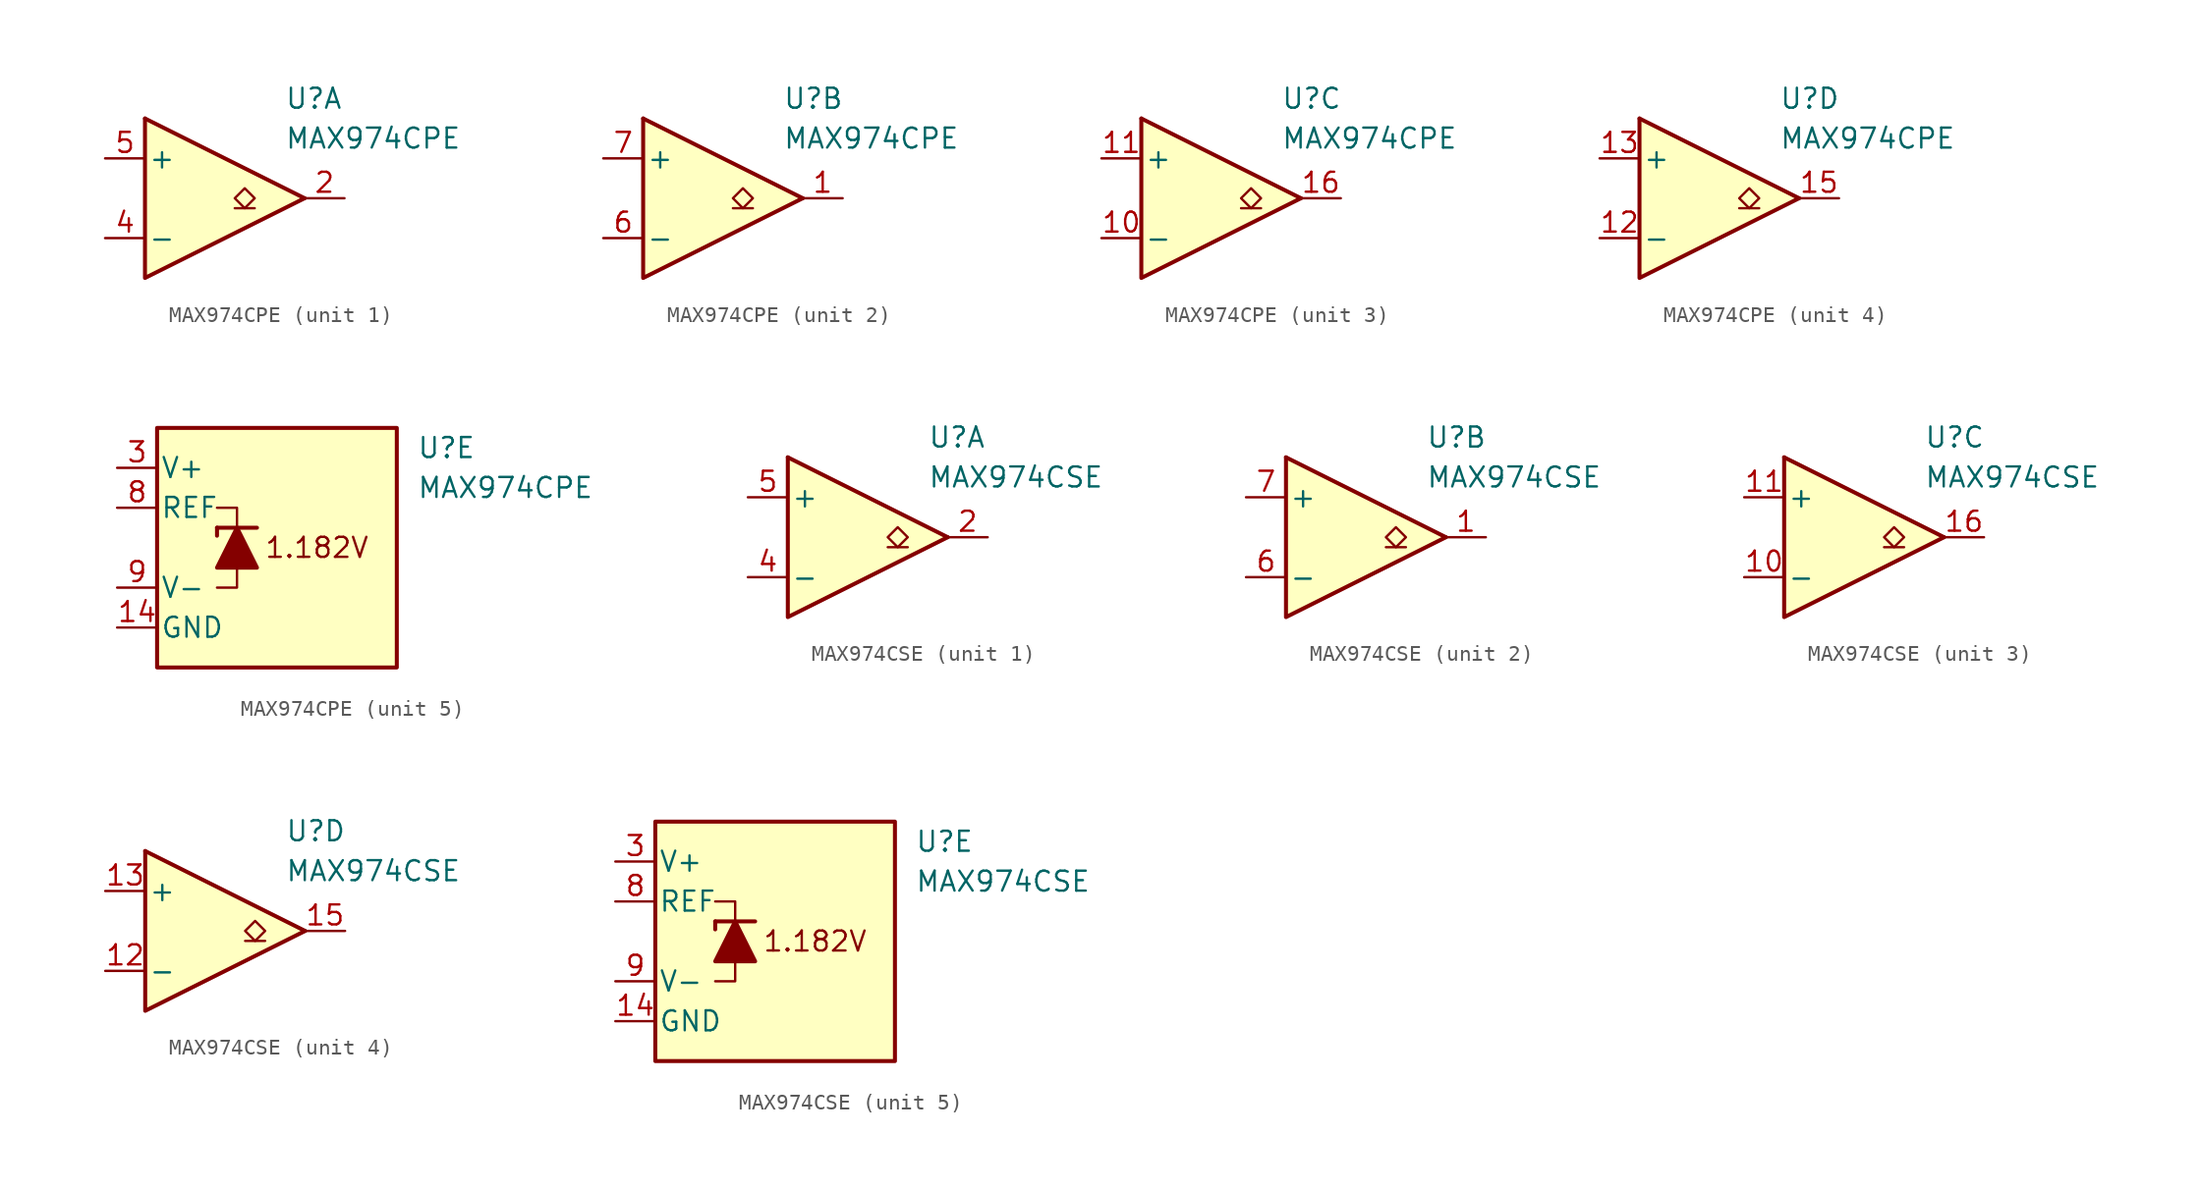
<source format=kicad_sym>
(kicad_symbol_lib
  (version 20211014)
  (generator kicad_symbol_editor)
  (symbol "MAX974CPE"
    (pin_names
      (offset 0.2))
    (property "Reference" "U"
      (at 5.08 6.35 0)
      (effects (font (size 1.27 1.27)) (justify left)))
    (property "Value" "MAX974CPE"
      (at 5.08 3.81 0)
      (effects (font (size 1.27 1.27)) (justify left)))
    (property "ki_locked" ""
      (at 0 0 0)
      (effects (font (size 1.27 1.27))))
    (symbol "MAX974CPE_1_1"
      (polyline (pts (xy -3.81 5.08) (xy 6.35 0)) (stroke (width 0.254) (type default) (color 0 0 0 0)) (fill (type none)))
      (polyline (pts (xy 3.175 -0.635) (xy 1.905 -0.635)) (stroke (width 0.152) (type default) (color 0 0 0 0)) (fill (type none)))
      (polyline (pts (xy -3.81 5.08) (xy -3.81 -5.08) (xy 6.35 0)) (stroke (width 0.254) (type default) (color 0 0 0 0)) (fill (type background)))
      (polyline (pts (xy 2.54 -0.635) (xy 1.905 0) (xy 2.54 0.635) (xy 3.175 0) (xy 2.54 -0.635)) (stroke (width 0.152) (type default) (color 0 0 0 0)) (fill (type none)))
      (pin output line (at 8.89 0 180) (length 2.54) (name "~" (effects (font (size 1.27 1.27)))) (number "2" (effects (font (size 1.27 1.27)))))
      (pin input line (at -6.35 -2.54 0) (length 2.54) (name "-" (effects (font (size 1.27 1.27)))) (number "4" (effects (font (size 1.27 1.27)))))
      (pin input line (at -6.35 2.54 0) (length 2.54) (name "+" (effects (font (size 1.27 1.27)))) (number "5" (effects (font (size 1.27 1.27))))))
    (symbol "MAX974CPE_2_1"
      (polyline (pts (xy -3.81 5.08) (xy 6.35 0)) (stroke (width 0.254) (type default) (color 0 0 0 0)) (fill (type none)))
      (polyline (pts (xy 3.175 -0.635) (xy 1.905 -0.635)) (stroke (width 0.152) (type default) (color 0 0 0 0)) (fill (type none)))
      (polyline (pts (xy -3.81 5.08) (xy -3.81 -5.08) (xy 6.35 0)) (stroke (width 0.254) (type default) (color 0 0 0 0)) (fill (type background)))
      (polyline (pts (xy 2.54 -0.635) (xy 1.905 0) (xy 2.54 0.635) (xy 3.175 0) (xy 2.54 -0.635)) (stroke (width 0.152) (type default) (color 0 0 0 0)) (fill (type none)))
      (pin output line (at 8.89 0 180) (length 2.54) (name "~" (effects (font (size 1.27 1.27)))) (number "1" (effects (font (size 1.27 1.27)))))
      (pin input line (at -6.35 -2.54 0) (length 2.54) (name "-" (effects (font (size 1.27 1.27)))) (number "6" (effects (font (size 1.27 1.27)))))
      (pin input line (at -6.35 2.54 0) (length 2.54) (name "+" (effects (font (size 1.27 1.27)))) (number "7" (effects (font (size 1.27 1.27))))))
    (symbol "MAX974CPE_3_1"
      (polyline (pts (xy -3.81 5.08) (xy 6.35 0)) (stroke (width 0.254) (type default) (color 0 0 0 0)) (fill (type none)))
      (polyline (pts (xy 3.81 -0.635) (xy 2.54 -0.635)) (stroke (width 0.152) (type default) (color 0 0 0 0)) (fill (type none)))
      (polyline (pts (xy -3.81 5.08) (xy -3.81 -5.08) (xy 6.35 0)) (stroke (width 0.254) (type default) (color 0 0 0 0)) (fill (type background)))
      (polyline (pts (xy 3.175 -0.635) (xy 2.54 0) (xy 3.175 0.635) (xy 3.81 0) (xy 3.175 -0.635)) (stroke (width 0.152) (type default) (color 0 0 0 0)) (fill (type none)))
      (pin input line (at -6.35 -2.54 0) (length 2.54) (name "-" (effects (font (size 1.27 1.27)))) (number "10" (effects (font (size 1.27 1.27)))))
      (pin input line (at -6.35 2.54 0) (length 2.54) (name "+" (effects (font (size 1.27 1.27)))) (number "11" (effects (font (size 1.27 1.27)))))
      (pin output line (at 8.89 0 180) (length 2.54) (name "~" (effects (font (size 1.27 1.27)))) (number "16" (effects (font (size 1.27 1.27))))))
    (symbol "MAX974CPE_4_1"
      (polyline (pts (xy -3.81 5.08) (xy 6.35 0)) (stroke (width 0.254) (type default) (color 0 0 0 0)) (fill (type none)))
      (polyline (pts (xy 3.81 -0.635) (xy 2.54 -0.635)) (stroke (width 0.152) (type default) (color 0 0 0 0)) (fill (type none)))
      (polyline (pts (xy -3.81 5.08) (xy -3.81 -5.08) (xy 6.35 0)) (stroke (width 0.254) (type default) (color 0 0 0 0)) (fill (type background)))
      (polyline (pts (xy 3.175 -0.635) (xy 2.54 0) (xy 3.175 0.635) (xy 3.81 0) (xy 3.175 -0.635)) (stroke (width 0.152) (type default) (color 0 0 0 0)) (fill (type none)))
      (pin input line (at -6.35 -2.54 0) (length 2.54) (name "-" (effects (font (size 1.27 1.27)))) (number "12" (effects (font (size 1.27 1.27)))))
      (pin input line (at -6.35 2.54 0) (length 2.54) (name "+" (effects (font (size 1.27 1.27)))) (number "13" (effects (font (size 1.27 1.27)))))
      (pin output line (at 8.89 0 180) (length 2.54) (name "~" (effects (font (size 1.27 1.27)))) (number "15" (effects (font (size 1.27 1.27))))))
    (symbol "MAX974CPE_5_0"
      (text "1.182V" (at -1.27 0 0) (effects (font (size 1.27 1.27)))))
    (symbol "MAX974CPE_5_1"
      (rectangle (start -11.43 7.62) (end 3.81 -7.62) (stroke (width 0.254) (type default) (color 0 0 0 0)) (fill (type background)))
      (polyline (pts (xy -7.62 1.27) (xy -7.62 0.762)) (stroke (width 0.254) (type default) (color 0 0 0 0)) (fill (type none)))
      (polyline (pts (xy -7.62 1.27) (xy -5.08 1.27)) (stroke (width 0.254) (type default) (color 0 0 0 0)) (fill (type none)))
      (polyline (pts (xy -6.35 -1.27) (xy -6.35 -2.54) (xy -7.62 -2.54)) (stroke (width 0) (type default) (color 0 0 0 0)) (fill (type none)))
      (polyline (pts (xy -6.35 1.27) (xy -6.35 2.54) (xy -7.62 2.54)) (stroke (width 0) (type default) (color 0 0 0 0)) (fill (type none)))
      (polyline (pts (xy -5.08 -1.27) (xy -7.62 -1.27) (xy -6.35 1.27) (xy -5.08 -1.27)) (stroke (width 0.254) (type default) (color 0 0 0 0)) (fill (type outline)))
      (pin power_in line (at -13.97 -5.08 0) (length 2.54) (name "GND" (effects (font (size 1.27 1.27)))) (number "14" (effects (font (size 1.27 1.27)))))
      (pin power_in line (at -13.97 5.08 0) (length 2.54) (name "V+" (effects (font (size 1.27 1.27)))) (number "3" (effects (font (size 1.27 1.27)))))
      (pin output line (at -13.97 2.54 0) (length 2.54) (name "REF" (effects (font (size 1.27 1.27)))) (number "8" (effects (font (size 1.27 1.27)))))
      (pin power_in line (at -13.97 -2.54 0) (length 2.54) (name "V-" (effects (font (size 1.27 1.27)))) (number "9" (effects (font (size 1.27 1.27)))))))
  (symbol "MAX974CSE"
    (pin_names
      (offset 0.2))
    (property "Reference" "U"
      (at 5.08 6.35 0)
      (effects (font (size 1.27 1.27)) (justify left)))
    (property "Value" "MAX974CSE"
      (at 5.08 3.81 0)
      (effects (font (size 1.27 1.27)) (justify left)))
    (property "ki_locked" ""
      (at 0 0 0)
      (effects (font (size 1.27 1.27))))
    (symbol "MAX974CSE_1_1"
      (polyline (pts (xy -3.81 5.08) (xy 6.35 0)) (stroke (width 0.254) (type default) (color 0 0 0 0)) (fill (type none)))
      (polyline (pts (xy 3.81 -0.635) (xy 2.54 -0.635)) (stroke (width 0.152) (type default) (color 0 0 0 0)) (fill (type none)))
      (polyline (pts (xy -3.81 5.08) (xy -3.81 -5.08) (xy 6.35 0)) (stroke (width 0.254) (type default) (color 0 0 0 0)) (fill (type background)))
      (polyline (pts (xy 3.175 -0.635) (xy 2.54 0) (xy 3.175 0.635) (xy 3.81 0) (xy 3.175 -0.635)) (stroke (width 0.152) (type default) (color 0 0 0 0)) (fill (type none)))
      (pin output line (at 8.89 0 180) (length 2.54) (name "~" (effects (font (size 1.27 1.27)))) (number "2" (effects (font (size 1.27 1.27)))))
      (pin input line (at -6.35 -2.54 0) (length 2.54) (name "-" (effects (font (size 1.27 1.27)))) (number "4" (effects (font (size 1.27 1.27)))))
      (pin input line (at -6.35 2.54 0) (length 2.54) (name "+" (effects (font (size 1.27 1.27)))) (number "5" (effects (font (size 1.27 1.27))))))
    (symbol "MAX974CSE_2_1"
      (polyline (pts (xy -3.81 5.08) (xy 6.35 0)) (stroke (width 0.254) (type default) (color 0 0 0 0)) (fill (type none)))
      (polyline (pts (xy 3.81 -0.635) (xy 2.54 -0.635)) (stroke (width 0.152) (type default) (color 0 0 0 0)) (fill (type none)))
      (polyline (pts (xy -3.81 5.08) (xy -3.81 -5.08) (xy 6.35 0)) (stroke (width 0.254) (type default) (color 0 0 0 0)) (fill (type background)))
      (polyline (pts (xy 3.175 -0.635) (xy 2.54 0) (xy 3.175 0.635) (xy 3.81 0) (xy 3.175 -0.635)) (stroke (width 0.152) (type default) (color 0 0 0 0)) (fill (type none)))
      (pin output line (at 8.89 0 180) (length 2.54) (name "~" (effects (font (size 1.27 1.27)))) (number "1" (effects (font (size 1.27 1.27)))))
      (pin input line (at -6.35 -2.54 0) (length 2.54) (name "-" (effects (font (size 1.27 1.27)))) (number "6" (effects (font (size 1.27 1.27)))))
      (pin input line (at -6.35 2.54 0) (length 2.54) (name "+" (effects (font (size 1.27 1.27)))) (number "7" (effects (font (size 1.27 1.27))))))
    (symbol "MAX974CSE_3_1"
      (polyline (pts (xy -3.81 5.08) (xy 6.35 0)) (stroke (width 0.254) (type default) (color 0 0 0 0)) (fill (type none)))
      (polyline (pts (xy 3.81 -0.635) (xy 2.54 -0.635)) (stroke (width 0.152) (type default) (color 0 0 0 0)) (fill (type none)))
      (polyline (pts (xy -3.81 5.08) (xy -3.81 -5.08) (xy 6.35 0)) (stroke (width 0.254) (type default) (color 0 0 0 0)) (fill (type background)))
      (polyline (pts (xy 3.175 -0.635) (xy 2.54 0) (xy 3.175 0.635) (xy 3.81 0) (xy 3.175 -0.635)) (stroke (width 0.152) (type default) (color 0 0 0 0)) (fill (type none)))
      (pin input line (at -6.35 -2.54 0) (length 2.54) (name "-" (effects (font (size 1.27 1.27)))) (number "10" (effects (font (size 1.27 1.27)))))
      (pin input line (at -6.35 2.54 0) (length 2.54) (name "+" (effects (font (size 1.27 1.27)))) (number "11" (effects (font (size 1.27 1.27)))))
      (pin output line (at 8.89 0 180) (length 2.54) (name "~" (effects (font (size 1.27 1.27)))) (number "16" (effects (font (size 1.27 1.27))))))
    (symbol "MAX974CSE_4_1"
      (polyline (pts (xy -3.81 5.08) (xy 6.35 0)) (stroke (width 0.254) (type default) (color 0 0 0 0)) (fill (type none)))
      (polyline (pts (xy 3.81 -0.635) (xy 2.54 -0.635)) (stroke (width 0.152) (type default) (color 0 0 0 0)) (fill (type none)))
      (polyline (pts (xy -3.81 5.08) (xy -3.81 -5.08) (xy 6.35 0)) (stroke (width 0.254) (type default) (color 0 0 0 0)) (fill (type background)))
      (polyline (pts (xy 3.175 -0.635) (xy 2.54 0) (xy 3.175 0.635) (xy 3.81 0) (xy 3.175 -0.635)) (stroke (width 0.152) (type default) (color 0 0 0 0)) (fill (type none)))
      (pin input line (at -6.35 -2.54 0) (length 2.54) (name "-" (effects (font (size 1.27 1.27)))) (number "12" (effects (font (size 1.27 1.27)))))
      (pin input line (at -6.35 2.54 0) (length 2.54) (name "+" (effects (font (size 1.27 1.27)))) (number "13" (effects (font (size 1.27 1.27)))))
      (pin output line (at 8.89 0 180) (length 2.54) (name "~" (effects (font (size 1.27 1.27)))) (number "15" (effects (font (size 1.27 1.27))))))
    (symbol "MAX974CSE_5_0"
      (text "1.182V" (at -1.27 0 0) (effects (font (size 1.27 1.27)))))
    (symbol "MAX974CSE_5_1"
      (rectangle (start -11.43 7.62) (end 3.81 -7.62) (stroke (width 0.254) (type default) (color 0 0 0 0)) (fill (type background)))
      (polyline (pts (xy -7.62 1.27) (xy -7.62 0.762)) (stroke (width 0.254) (type default) (color 0 0 0 0)) (fill (type none)))
      (polyline (pts (xy -7.62 1.27) (xy -5.08 1.27)) (stroke (width 0.254) (type default) (color 0 0 0 0)) (fill (type none)))
      (polyline (pts (xy -6.35 -1.27) (xy -6.35 -2.54) (xy -7.62 -2.54)) (stroke (width 0) (type default) (color 0 0 0 0)) (fill (type none)))
      (polyline (pts (xy -6.35 1.27) (xy -6.35 2.54) (xy -7.62 2.54)) (stroke (width 0) (type default) (color 0 0 0 0)) (fill (type none)))
      (polyline (pts (xy -5.08 -1.27) (xy -7.62 -1.27) (xy -6.35 1.27) (xy -5.08 -1.27)) (stroke (width 0.254) (type default) (color 0 0 0 0)) (fill (type outline)))
      (pin power_in line (at -13.97 -5.08 0) (length 2.54) (name "GND" (effects (font (size 1.27 1.27)))) (number "14" (effects (font (size 1.27 1.27)))))
      (pin power_in line (at -13.97 5.08 0) (length 2.54) (name "V+" (effects (font (size 1.27 1.27)))) (number "3" (effects (font (size 1.27 1.27)))))
      (pin output line (at -13.97 2.54 0) (length 2.54) (name "REF" (effects (font (size 1.27 1.27)))) (number "8" (effects (font (size 1.27 1.27)))))
      (pin power_in line (at -13.97 -2.54 0) (length 2.54) (name "V-" (effects (font (size 1.27 1.27)))) (number "9" (effects (font (size 1.27 1.27))))))))
</source>
